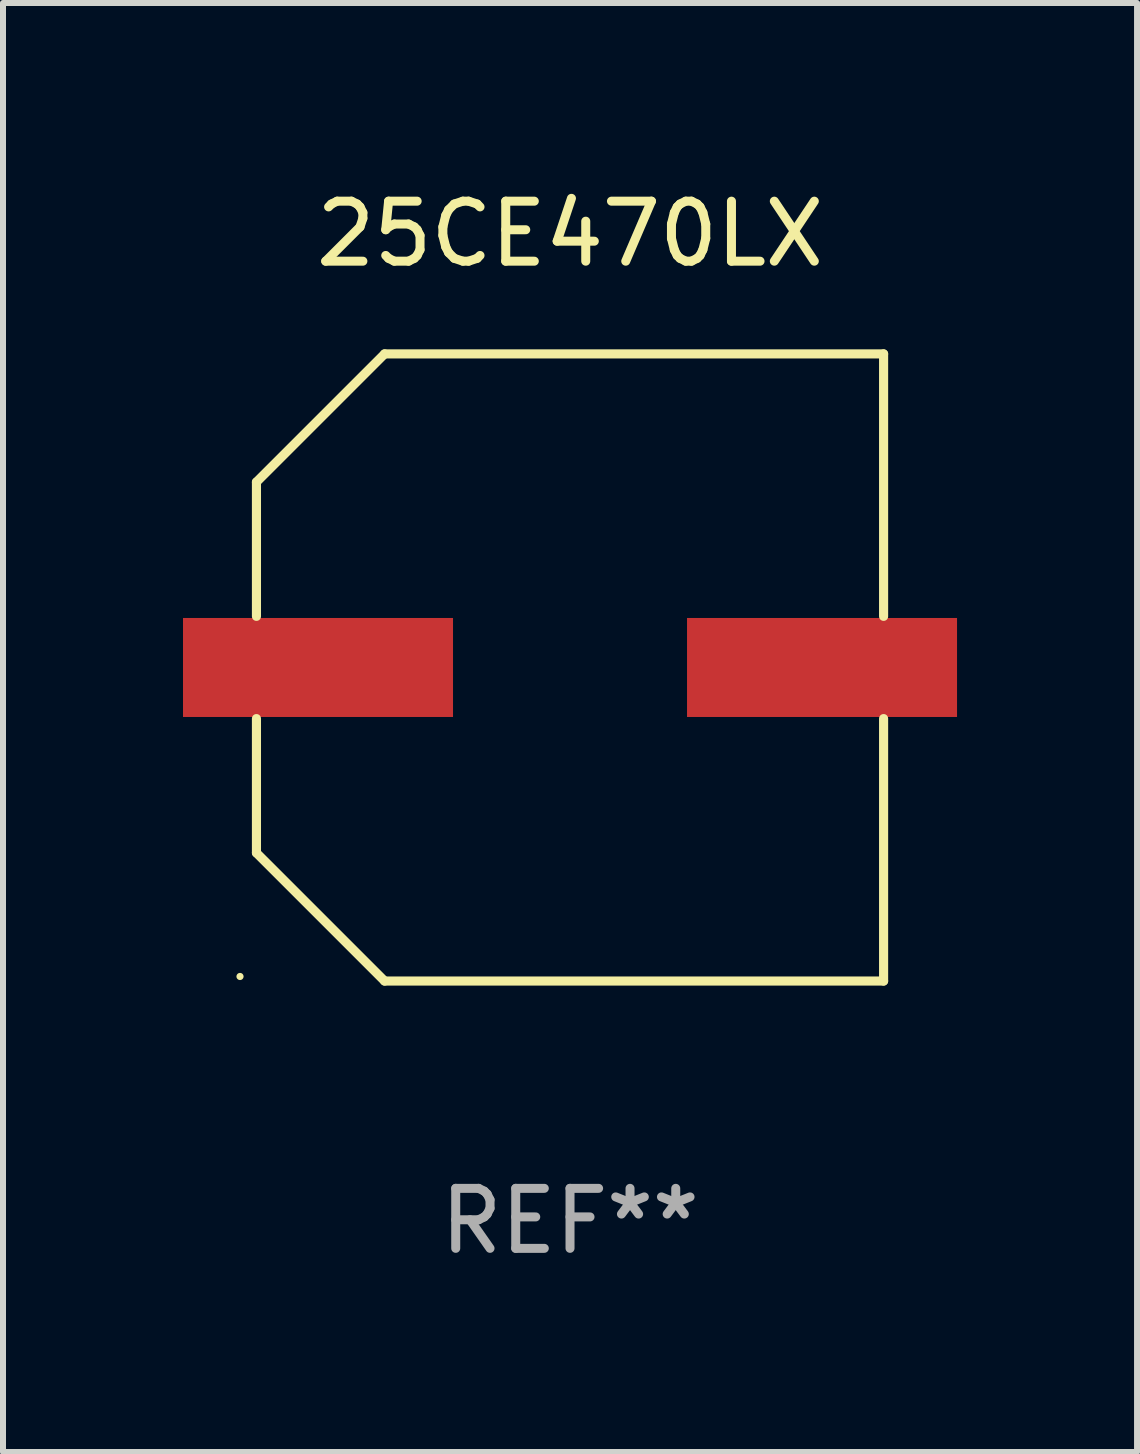
<source format=kicad_pcb>
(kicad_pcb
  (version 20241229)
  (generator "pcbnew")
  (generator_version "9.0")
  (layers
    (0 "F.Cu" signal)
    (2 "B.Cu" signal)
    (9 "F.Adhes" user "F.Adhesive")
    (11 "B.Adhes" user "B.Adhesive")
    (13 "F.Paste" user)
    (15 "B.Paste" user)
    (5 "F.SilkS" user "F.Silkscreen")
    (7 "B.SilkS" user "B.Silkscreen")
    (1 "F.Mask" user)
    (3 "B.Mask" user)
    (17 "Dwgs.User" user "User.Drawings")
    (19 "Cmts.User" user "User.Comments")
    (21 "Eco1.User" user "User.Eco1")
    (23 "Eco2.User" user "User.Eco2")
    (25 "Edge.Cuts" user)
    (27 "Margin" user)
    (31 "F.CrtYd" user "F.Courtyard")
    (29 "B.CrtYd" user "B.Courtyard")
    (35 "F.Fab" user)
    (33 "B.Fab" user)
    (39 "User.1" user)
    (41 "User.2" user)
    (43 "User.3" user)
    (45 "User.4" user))
  (footprint "25CE470LX"
    (layer "F.Cu")
    (at 6.45 8.074)
    (property "Reference" "25CE470LX" (at 0 -7.226 0) (layer "F.SilkS") (effects (font (size 1 1) (thickness 0.15))))
    (attr through_hole)
    (fp_line (start -5.226 -3.09) (end -5.226 -0.852) (stroke (width 0.152) (type solid)) (layer "F.SilkS"))
    (fp_line (start -5.226 3.09) (end -5.226 0.852) (stroke (width 0.152) (type solid)) (layer "F.SilkS"))
    (fp_line (start -3.09 -5.226) (end -5.226 -3.09) (stroke (width 0.152) (type solid)) (layer "F.SilkS"))
    (fp_line (start -3.09 5.226) (end -5.226 3.09) (stroke (width 0.152) (type solid)) (layer "F.SilkS"))
    (fp_line (start 5.226 -5.226) (end -3.09 -5.226) (stroke (width 0.152) (type solid)) (layer "F.SilkS"))
    (fp_line (start 5.226 -0.852) (end 5.226 -5.226) (stroke (width 0.152) (type solid)) (layer "F.SilkS"))
    (fp_line (start 5.226 0.852) (end 5.226 5.226) (stroke (width 0.152) (type solid)) (layer "F.SilkS"))
    (fp_line (start 5.226 5.226) (end -3.09 5.226) (stroke (width 0.152) (type solid)) (layer "F.SilkS"))
    (fp_circle (center -5.5 5.15) (end -5.47 5.15) (stroke (width 0.06) (type solid)) (fill no) (layer "F.SilkS"))
    (fp_text user "REF**" (at 0 9.226 0) (layer "F.Fab") (effects (font (size 1 1) (thickness 0.15))))
    (pad "1" smd rect (at -4.2 0.000127) (size 4.5 1.65) (layers "F.Cu" "F.Mask" "F.Paste"))
    (pad "2" smd rect (at 4.2 0.000127) (size 4.5 1.65) (layers "F.Cu" "F.Mask" "F.Paste")))
  (gr_rect
    (start -3 -3)
    (end 15.9 21.149)
    (stroke (width 0.1) (type default))
    (fill no)
    (layer "Edge.Cuts")))
</source>
